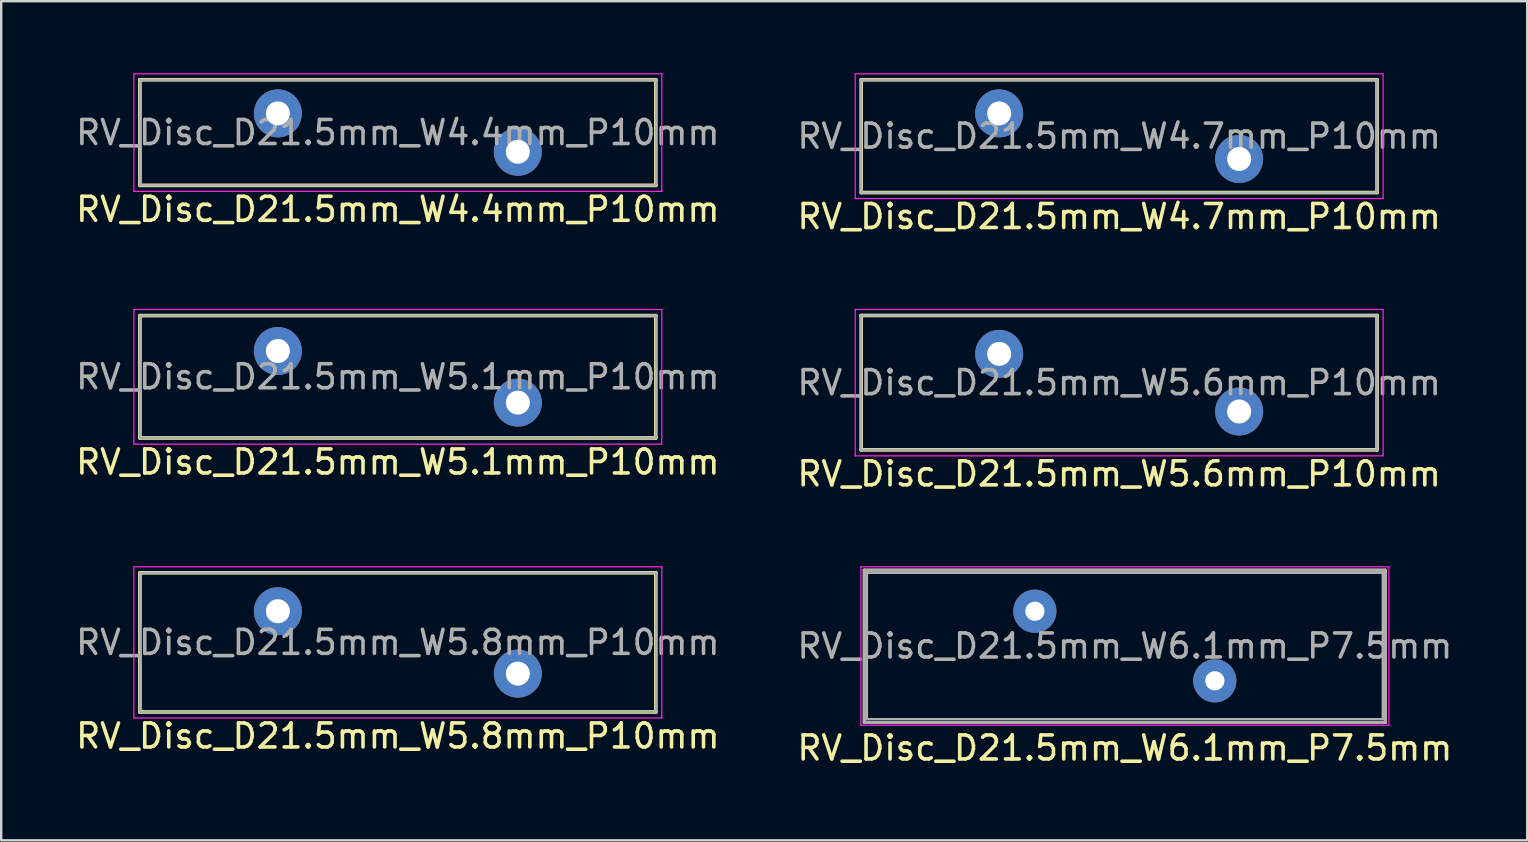
<source format=kicad_pcb>
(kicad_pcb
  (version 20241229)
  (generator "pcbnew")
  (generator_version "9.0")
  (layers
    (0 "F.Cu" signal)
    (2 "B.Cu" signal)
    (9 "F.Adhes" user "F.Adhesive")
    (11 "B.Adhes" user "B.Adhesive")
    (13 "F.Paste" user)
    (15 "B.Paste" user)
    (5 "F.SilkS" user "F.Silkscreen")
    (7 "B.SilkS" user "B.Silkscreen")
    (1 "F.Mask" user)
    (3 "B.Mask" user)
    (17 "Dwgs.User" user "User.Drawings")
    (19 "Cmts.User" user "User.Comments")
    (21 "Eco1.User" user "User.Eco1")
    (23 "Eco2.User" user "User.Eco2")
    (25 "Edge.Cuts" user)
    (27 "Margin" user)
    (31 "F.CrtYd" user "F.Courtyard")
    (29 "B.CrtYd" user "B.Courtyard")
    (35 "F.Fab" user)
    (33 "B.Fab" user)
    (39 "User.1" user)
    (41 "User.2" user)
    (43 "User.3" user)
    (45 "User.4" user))
  (footprint "RV_Disc_D21.5mm_W5.8mm_P10mm"
    (layer "F.Cu")
    (at 8.53 22.422)
    (property "Reference" "RV_Disc_D21.5mm_W5.8mm_P10mm" (at 5 5.2 0) (layer "F.SilkS") (effects (font (size 1 1) (thickness 0.15))))
    (attr through_hole)
    (fp_line (start -5.75 -1.6) (end -5.75 4.2) (stroke (width 0.15) (type solid)) (layer "F.SilkS"))
    (fp_line (start -5.75 -1.6) (end 15.75 -1.6) (stroke (width 0.15) (type solid)) (layer "F.SilkS"))
    (fp_line (start -5.75 4.2) (end 15.75 4.2) (stroke (width 0.15) (type solid)) (layer "F.SilkS"))
    (fp_line (start 15.75 -1.6) (end 15.75 4.2) (stroke (width 0.15) (type solid)) (layer "F.SilkS"))
    (fp_line (start -6 -1.85) (end -6 4.45) (stroke (width 0.05) (type solid)) (layer "F.CrtYd"))
    (fp_line (start -6 -1.85) (end 16 -1.85) (stroke (width 0.05) (type solid)) (layer "F.CrtYd"))
    (fp_line (start -6 4.45) (end 16 4.45) (stroke (width 0.05) (type solid)) (layer "F.CrtYd"))
    (fp_line (start 16 -1.85) (end 16 4.45) (stroke (width 0.05) (type solid)) (layer "F.CrtYd"))
    (fp_line (start -5.75 -1.6) (end -5.75 4.2) (stroke (width 0.1) (type solid)) (layer "F.Fab"))
    (fp_line (start -5.75 -1.6) (end 15.75 -1.6) (stroke (width 0.1) (type solid)) (layer "F.Fab"))
    (fp_line (start -5.75 4.2) (end 15.75 4.2) (stroke (width 0.1) (type solid)) (layer "F.Fab"))
    (fp_line (start 15.75 -1.6) (end 15.75 4.2) (stroke (width 0.1) (type solid)) (layer "F.Fab"))
    (fp_text user "${REFERENCE}" (at 5 1.3 0) (layer "F.Fab") (effects (font (size 1 1) (thickness 0.15))))
    (pad "1" thru_hole circle (at 0 0) (size 2 2) (drill 1) (layers "*.Cu" "*.Mask"))
    (pad "2" thru_hole circle (at 10 2.6) (size 2 2) (drill 1) (layers "*.Cu" "*.Mask")))
  (footprint "RV_Disc_D21.5mm_W4.4mm_P10mm"
    (layer "F.Cu")
    (at 8.53 1.675)
    (property "Reference" "RV_Disc_D21.5mm_W4.4mm_P10mm" (at 5 4 0) (layer "F.SilkS") (effects (font (size 1 1) (thickness 0.15))))
    (attr through_hole)
    (fp_line (start -5.75 -1.4) (end -5.75 3) (stroke (width 0.15) (type solid)) (layer "F.SilkS"))
    (fp_line (start -5.75 -1.4) (end 15.75 -1.4) (stroke (width 0.15) (type solid)) (layer "F.SilkS"))
    (fp_line (start -5.75 3) (end 15.75 3) (stroke (width 0.15) (type solid)) (layer "F.SilkS"))
    (fp_line (start 15.75 -1.4) (end 15.75 3) (stroke (width 0.15) (type solid)) (layer "F.SilkS"))
    (fp_line (start -6 -1.65) (end -6 3.25) (stroke (width 0.05) (type solid)) (layer "F.CrtYd"))
    (fp_line (start -6 -1.65) (end 16 -1.65) (stroke (width 0.05) (type solid)) (layer "F.CrtYd"))
    (fp_line (start -6 3.25) (end 16 3.25) (stroke (width 0.05) (type solid)) (layer "F.CrtYd"))
    (fp_line (start 16 -1.65) (end 16 3.25) (stroke (width 0.05) (type solid)) (layer "F.CrtYd"))
    (fp_line (start -5.75 -1.4) (end -5.75 3) (stroke (width 0.1) (type solid)) (layer "F.Fab"))
    (fp_line (start -5.75 -1.4) (end 15.75 -1.4) (stroke (width 0.1) (type solid)) (layer "F.Fab"))
    (fp_line (start -5.75 3) (end 15.75 3) (stroke (width 0.1) (type solid)) (layer "F.Fab"))
    (fp_line (start 15.75 -1.4) (end 15.75 3) (stroke (width 0.1) (type solid)) (layer "F.Fab"))
    (fp_text user "${REFERENCE}" (at 5 0.8 0) (layer "F.Fab") (effects (font (size 1 1) (thickness 0.15))))
    (pad "1" thru_hole circle (at 0 0) (size 2 2) (drill 1) (layers "*.Cu" "*.Mask"))
    (pad "2" thru_hole circle (at 10 1.6) (size 2 2) (drill 1) (layers "*.Cu" "*.Mask")))
  (footprint "RV_Disc_D21.5mm_W5.6mm_P10mm"
    (layer "F.Cu")
    (at 38.589 11.698)
    (property "Reference" "RV_Disc_D21.5mm_W5.6mm_P10mm" (at 5 5 0) (layer "F.SilkS") (effects (font (size 1 1) (thickness 0.15))))
    (attr through_hole)
    (fp_line (start -5.75 -1.6) (end -5.75 4) (stroke (width 0.15) (type solid)) (layer "F.SilkS"))
    (fp_line (start -5.75 -1.6) (end 15.75 -1.6) (stroke (width 0.15) (type solid)) (layer "F.SilkS"))
    (fp_line (start -5.75 4) (end 15.75 4) (stroke (width 0.15) (type solid)) (layer "F.SilkS"))
    (fp_line (start 15.75 -1.6) (end 15.75 4) (stroke (width 0.15) (type solid)) (layer "F.SilkS"))
    (fp_line (start -6 -1.85) (end -6 4.25) (stroke (width 0.05) (type solid)) (layer "F.CrtYd"))
    (fp_line (start -6 -1.85) (end 16 -1.85) (stroke (width 0.05) (type solid)) (layer "F.CrtYd"))
    (fp_line (start -6 4.25) (end 16 4.25) (stroke (width 0.05) (type solid)) (layer "F.CrtYd"))
    (fp_line (start 16 -1.85) (end 16 4.25) (stroke (width 0.05) (type solid)) (layer "F.CrtYd"))
    (fp_line (start -5.75 -1.6) (end -5.75 4) (stroke (width 0.1) (type solid)) (layer "F.Fab"))
    (fp_line (start -5.75 -1.6) (end 15.75 -1.6) (stroke (width 0.1) (type solid)) (layer "F.Fab"))
    (fp_line (start -5.75 4) (end 15.75 4) (stroke (width 0.1) (type solid)) (layer "F.Fab"))
    (fp_line (start 15.75 -1.6) (end 15.75 4) (stroke (width 0.1) (type solid)) (layer "F.Fab"))
    (fp_text user "${REFERENCE}" (at 5 1.2 0) (layer "F.Fab") (effects (font (size 1 1) (thickness 0.15))))
    (pad "1" thru_hole circle (at 0 0) (size 2 2) (drill 1) (layers "*.Cu" "*.Mask"))
    (pad "2" thru_hole circle (at 10 2.4) (size 2 2) (drill 1) (layers "*.Cu" "*.Mask")))
  (footprint "RV_Disc_D21.5mm_W5.1mm_P10mm"
    (layer "F.Cu")
    (at 8.53 11.578)
    (property "Reference" "RV_Disc_D21.5mm_W5.1mm_P10mm" (at 5 4.625 0) (layer "F.SilkS") (effects (font (size 1 1) (thickness 0.15))))
    (attr through_hole)
    (fp_line (start -5.75 -1.475) (end -5.75 3.625) (stroke (width 0.15) (type solid)) (layer "F.SilkS"))
    (fp_line (start -5.75 -1.475) (end 15.75 -1.475) (stroke (width 0.15) (type solid)) (layer "F.SilkS"))
    (fp_line (start -5.75 3.625) (end 15.75 3.625) (stroke (width 0.15) (type solid)) (layer "F.SilkS"))
    (fp_line (start 15.75 -1.475) (end 15.75 3.625) (stroke (width 0.15) (type solid)) (layer "F.SilkS"))
    (fp_line (start -6 -1.73) (end -6 3.88) (stroke (width 0.05) (type solid)) (layer "F.CrtYd"))
    (fp_line (start -6 -1.73) (end 16 -1.73) (stroke (width 0.05) (type solid)) (layer "F.CrtYd"))
    (fp_line (start -6 3.88) (end 16 3.88) (stroke (width 0.05) (type solid)) (layer "F.CrtYd"))
    (fp_line (start 16 -1.73) (end 16 3.88) (stroke (width 0.05) (type solid)) (layer "F.CrtYd"))
    (fp_line (start -5.75 -1.475) (end -5.75 3.625) (stroke (width 0.1) (type solid)) (layer "F.Fab"))
    (fp_line (start -5.75 -1.475) (end 15.75 -1.475) (stroke (width 0.1) (type solid)) (layer "F.Fab"))
    (fp_line (start -5.75 3.625) (end 15.75 3.625) (stroke (width 0.1) (type solid)) (layer "F.Fab"))
    (fp_line (start 15.75 -1.475) (end 15.75 3.625) (stroke (width 0.1) (type solid)) (layer "F.Fab"))
    (fp_text user "${REFERENCE}" (at 5 1.075 0) (layer "F.Fab") (effects (font (size 1 1) (thickness 0.15))))
    (pad "1" thru_hole circle (at 0 0) (size 2 2) (drill 1) (layers "*.Cu" "*.Mask"))
    (pad "2" thru_hole circle (at 10 2.15) (size 2 2) (drill 1) (layers "*.Cu" "*.Mask")))
  (footprint "RV_Disc_D21.5mm_W6.1mm_P7.5mm"
    (layer "F.Cu")
    (at 40.077 22.422)
    (property "Reference" "RV_Disc_D21.5mm_W6.1mm_P7.5mm" (at 3.75 5.7 0) (layer "F.SilkS") (effects (font (size 1 1) (thickness 0.15))))
    (attr through_hole)
    (fp_line (start -7.112 -1.714) (end 14.605 -1.714) (stroke (width 0.12) (type solid)) (layer "F.SilkS"))
    (fp_line (start -7.112 4.636) (end -7.112 -1.714) (stroke (width 0.12) (type solid)) (layer "F.SilkS"))
    (fp_line (start 14.605 -1.714) (end 14.605 4.636) (stroke (width 0.12) (type solid)) (layer "F.SilkS"))
    (fp_line (start 14.605 4.636) (end -7.112 4.636) (stroke (width 0.12) (type solid)) (layer "F.SilkS"))
    (fp_line (start -7.25 -1.85) (end -7.25 4.75) (stroke (width 0.05) (type solid)) (layer "F.CrtYd"))
    (fp_line (start -7.25 -1.85) (end 14.75 -1.85) (stroke (width 0.05) (type solid)) (layer "F.CrtYd"))
    (fp_line (start -7.25 4.75) (end 14.75 4.75) (stroke (width 0.05) (type solid)) (layer "F.CrtYd"))
    (fp_line (start 14.75 -1.85) (end 14.75 4.75) (stroke (width 0.05) (type solid)) (layer "F.CrtYd"))
    (fp_line (start -7.112 -1.714) (end 14.605 -1.714) (stroke (width 0.12) (type solid)) (layer "F.Fab"))
    (fp_line (start -7.112 4.636) (end -7.112 -1.714) (stroke (width 0.12) (type solid)) (layer "F.Fab"))
    (fp_line (start -7 -1.6) (end -7 4.5) (stroke (width 0.1) (type solid)) (layer "F.Fab"))
    (fp_line (start -7 -1.6) (end 14.5 -1.6) (stroke (width 0.1) (type solid)) (layer "F.Fab"))
    (fp_line (start -7 4.5) (end 14.5 4.5) (stroke (width 0.1) (type solid)) (layer "F.Fab"))
    (fp_line (start 14.5 -1.6) (end 14.5 4.5) (stroke (width 0.1) (type solid)) (layer "F.Fab"))
    (fp_line (start 14.605 -1.714) (end 14.605 4.636) (stroke (width 0.12) (type solid)) (layer "F.Fab"))
    (fp_line (start 14.605 4.636) (end -7.112 4.636) (stroke (width 0.12) (type solid)) (layer "F.Fab"))
    (fp_text user "${REFERENCE}" (at 3.75 1.45 0) (layer "F.Fab") (effects (font (size 1 1) (thickness 0.15))))
    (pad "1" thru_hole circle (at 0 0) (size 1.8 1.8) (drill 0.8) (layers "*.Cu" "*.Mask"))
    (pad "2" thru_hole circle (at 7.5 2.9) (size 1.8 1.8) (drill 0.8) (layers "*.Cu" "*.Mask")))
  (footprint "RV_Disc_D21.5mm_W4.7mm_P10mm"
    (layer "F.Cu")
    (at 38.589 1.675)
    (property "Reference" "RV_Disc_D21.5mm_W4.7mm_P10mm" (at 5 4.3 0) (layer "F.SilkS") (effects (font (size 1 1) (thickness 0.15))))
    (attr through_hole)
    (fp_line (start -5.75 -1.4) (end -5.75 3.3) (stroke (width 0.15) (type solid)) (layer "F.SilkS"))
    (fp_line (start -5.75 -1.4) (end 15.75 -1.4) (stroke (width 0.15) (type solid)) (layer "F.SilkS"))
    (fp_line (start -5.75 3.3) (end 15.75 3.3) (stroke (width 0.15) (type solid)) (layer "F.SilkS"))
    (fp_line (start 15.75 -1.4) (end 15.75 3.3) (stroke (width 0.15) (type solid)) (layer "F.SilkS"))
    (fp_line (start -6 -1.65) (end -6 3.55) (stroke (width 0.05) (type solid)) (layer "F.CrtYd"))
    (fp_line (start -6 -1.65) (end 16 -1.65) (stroke (width 0.05) (type solid)) (layer "F.CrtYd"))
    (fp_line (start -6 3.55) (end 16 3.55) (stroke (width 0.05) (type solid)) (layer "F.CrtYd"))
    (fp_line (start 16 -1.65) (end 16 3.55) (stroke (width 0.05) (type solid)) (layer "F.CrtYd"))
    (fp_line (start -5.75 -1.4) (end -5.75 3.3) (stroke (width 0.1) (type solid)) (layer "F.Fab"))
    (fp_line (start -5.75 -1.4) (end 15.75 -1.4) (stroke (width 0.1) (type solid)) (layer "F.Fab"))
    (fp_line (start -5.75 3.3) (end 15.75 3.3) (stroke (width 0.1) (type solid)) (layer "F.Fab"))
    (fp_line (start 15.75 -1.4) (end 15.75 3.3) (stroke (width 0.1) (type solid)) (layer "F.Fab"))
    (fp_text user "${REFERENCE}" (at 5 0.95 0) (layer "F.Fab") (effects (font (size 1 1) (thickness 0.15))))
    (pad "1" thru_hole circle (at 0 0) (size 2 2) (drill 1) (layers "*.Cu" "*.Mask"))
    (pad "2" thru_hole circle (at 10 1.9) (size 2 2) (drill 1) (layers "*.Cu" "*.Mask")))
  (gr_rect
    (start -3 -3)
    (end 60.595 31.97)
    (stroke (width 0.1) (type default))
    (fill no)
    (layer "Edge.Cuts")))
</source>
